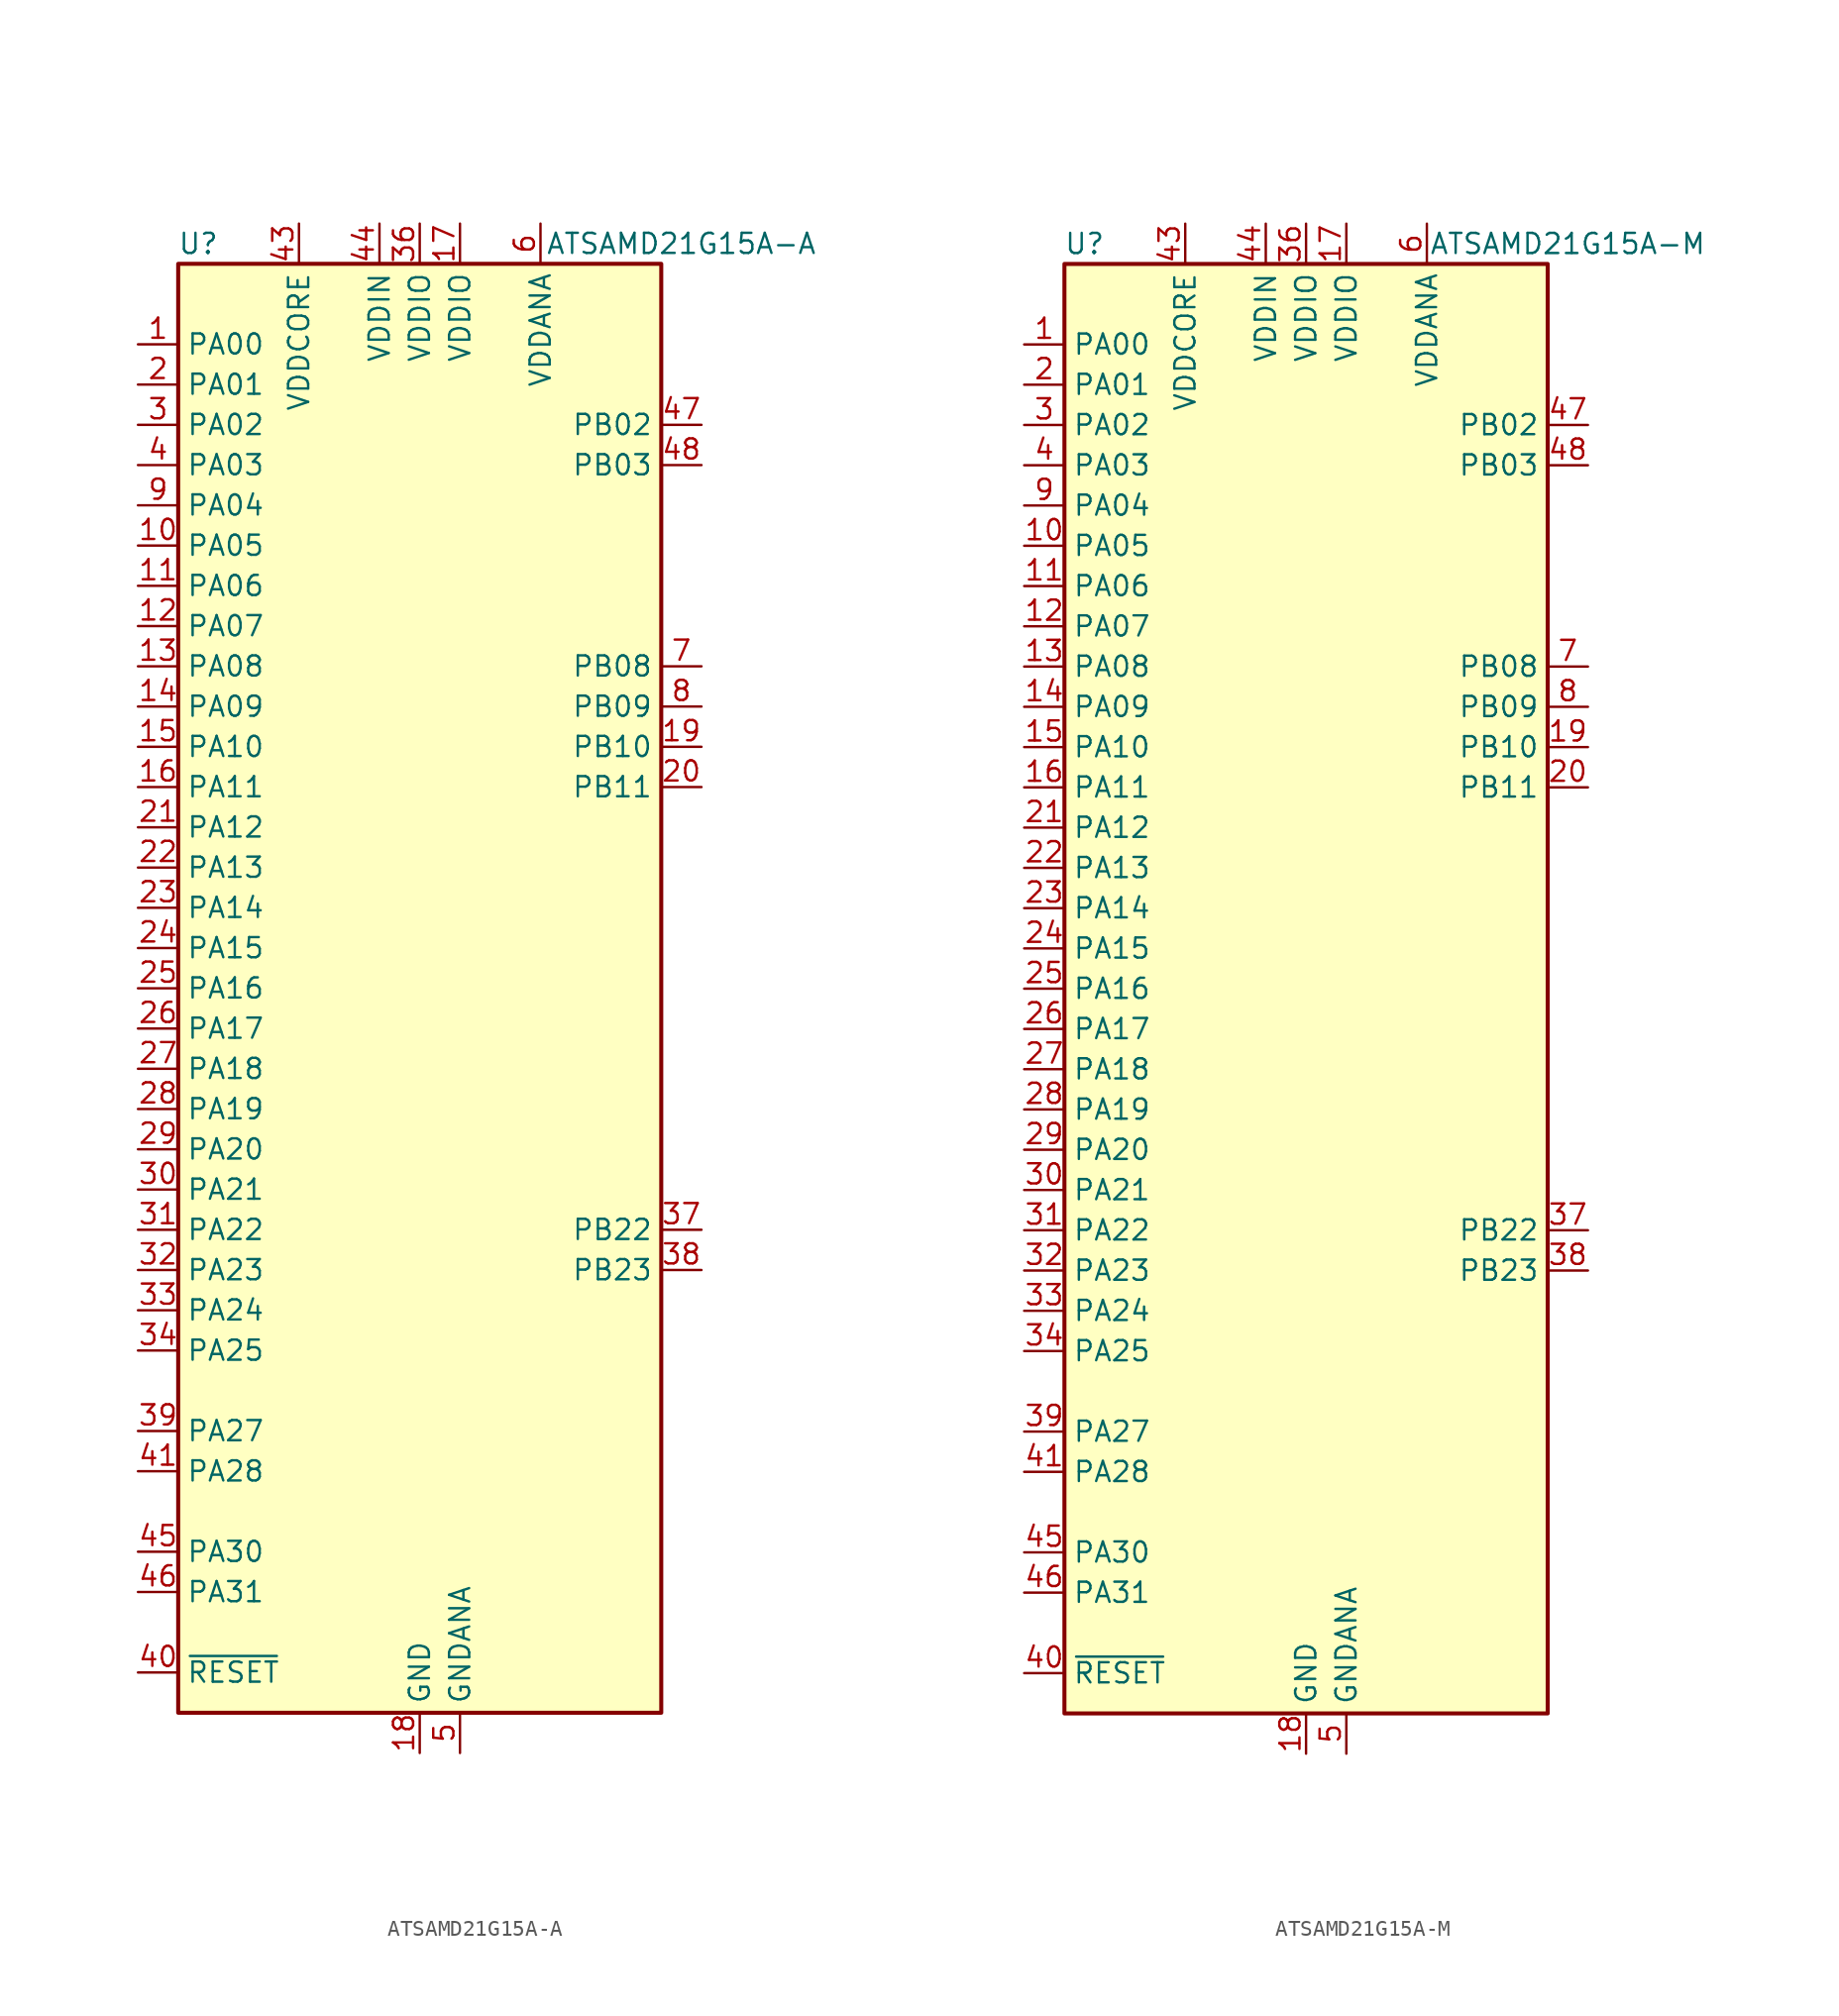
<source format=kicad_sym>
(kicad_symbol_lib
  (version 20211014)
  (generator kicad_symbol_editor)
  (symbol "ATSAMD21G15A-A"
    (property "Reference" "U"
      (at -13.97 46.99 0)
      (effects (font (size 1.27 1.27))))
    (property "Value" "ATSAMD21G15A-A"
      (at 16.51 46.99 0)
      (effects (font (size 1.27 1.27))))
    (symbol "ATSAMD21G15A-A_0_1"
      (rectangle (start -15.24 45.72) (end 15.24 -45.72) (stroke (width 0.254) (type default) (color 0 0 0 0)) (fill (type background))))
    (symbol "ATSAMD21G15A-A_1_1"
      (pin bidirectional line (at -17.78 40.64 0) (length 2.54) (name "PA00" (effects (font (size 1.27 1.27)))) (number "1" (effects (font (size 1.27 1.27)))))
      (pin bidirectional line (at -17.78 27.94 0) (length 2.54) (name "PA05" (effects (font (size 1.27 1.27)))) (number "10" (effects (font (size 1.27 1.27)))))
      (pin bidirectional line (at -17.78 25.4 0) (length 2.54) (name "PA06" (effects (font (size 1.27 1.27)))) (number "11" (effects (font (size 1.27 1.27)))))
      (pin bidirectional line (at -17.78 22.86 0) (length 2.54) (name "PA07" (effects (font (size 1.27 1.27)))) (number "12" (effects (font (size 1.27 1.27)))))
      (pin bidirectional line (at -17.78 20.32 0) (length 2.54) (name "PA08" (effects (font (size 1.27 1.27)))) (number "13" (effects (font (size 1.27 1.27)))))
      (pin bidirectional line (at -17.78 17.78 0) (length 2.54) (name "PA09" (effects (font (size 1.27 1.27)))) (number "14" (effects (font (size 1.27 1.27)))))
      (pin bidirectional line (at -17.78 15.24 0) (length 2.54) (name "PA10" (effects (font (size 1.27 1.27)))) (number "15" (effects (font (size 1.27 1.27)))))
      (pin bidirectional line (at -17.78 12.7 0) (length 2.54) (name "PA11" (effects (font (size 1.27 1.27)))) (number "16" (effects (font (size 1.27 1.27)))))
      (pin power_in line (at 2.54 48.26 270) (length 2.54) (name "VDDIO" (effects (font (size 1.27 1.27)))) (number "17" (effects (font (size 1.27 1.27)))))
      (pin power_in line (at 0 -48.26 90) (length 2.54) (name "GND" (effects (font (size 1.27 1.27)))) (number "18" (effects (font (size 1.27 1.27)))))
      (pin bidirectional line (at 17.78 15.24 180) (length 2.54) (name "PB10" (effects (font (size 1.27 1.27)))) (number "19" (effects (font (size 1.27 1.27)))))
      (pin bidirectional line (at -17.78 38.1 0) (length 2.54) (name "PA01" (effects (font (size 1.27 1.27)))) (number "2" (effects (font (size 1.27 1.27)))))
      (pin bidirectional line (at 17.78 12.7 180) (length 2.54) (name "PB11" (effects (font (size 1.27 1.27)))) (number "20" (effects (font (size 1.27 1.27)))))
      (pin bidirectional line (at -17.78 10.16 0) (length 2.54) (name "PA12" (effects (font (size 1.27 1.27)))) (number "21" (effects (font (size 1.27 1.27)))))
      (pin bidirectional line (at -17.78 7.62 0) (length 2.54) (name "PA13" (effects (font (size 1.27 1.27)))) (number "22" (effects (font (size 1.27 1.27)))))
      (pin bidirectional line (at -17.78 5.08 0) (length 2.54) (name "PA14" (effects (font (size 1.27 1.27)))) (number "23" (effects (font (size 1.27 1.27)))))
      (pin bidirectional line (at -17.78 2.54 0) (length 2.54) (name "PA15" (effects (font (size 1.27 1.27)))) (number "24" (effects (font (size 1.27 1.27)))))
      (pin bidirectional line (at -17.78 0 0) (length 2.54) (name "PA16" (effects (font (size 1.27 1.27)))) (number "25" (effects (font (size 1.27 1.27)))))
      (pin bidirectional line (at -17.78 -2.54 0) (length 2.54) (name "PA17" (effects (font (size 1.27 1.27)))) (number "26" (effects (font (size 1.27 1.27)))))
      (pin bidirectional line (at -17.78 -5.08 0) (length 2.54) (name "PA18" (effects (font (size 1.27 1.27)))) (number "27" (effects (font (size 1.27 1.27)))))
      (pin bidirectional line (at -17.78 -7.62 0) (length 2.54) (name "PA19" (effects (font (size 1.27 1.27)))) (number "28" (effects (font (size 1.27 1.27)))))
      (pin bidirectional line (at -17.78 -10.16 0) (length 2.54) (name "PA20" (effects (font (size 1.27 1.27)))) (number "29" (effects (font (size 1.27 1.27)))))
      (pin bidirectional line (at -17.78 35.56 0) (length 2.54) (name "PA02" (effects (font (size 1.27 1.27)))) (number "3" (effects (font (size 1.27 1.27)))))
      (pin bidirectional line (at -17.78 -12.7 0) (length 2.54) (name "PA21" (effects (font (size 1.27 1.27)))) (number "30" (effects (font (size 1.27 1.27)))))
      (pin bidirectional line (at -17.78 -15.24 0) (length 2.54) (name "PA22" (effects (font (size 1.27 1.27)))) (number "31" (effects (font (size 1.27 1.27)))))
      (pin bidirectional line (at -17.78 -17.78 0) (length 2.54) (name "PA23" (effects (font (size 1.27 1.27)))) (number "32" (effects (font (size 1.27 1.27)))))
      (pin bidirectional line (at -17.78 -20.32 0) (length 2.54) (name "PA24" (effects (font (size 1.27 1.27)))) (number "33" (effects (font (size 1.27 1.27)))))
      (pin bidirectional line (at -17.78 -22.86 0) (length 2.54) (name "PA25" (effects (font (size 1.27 1.27)))) (number "34" (effects (font (size 1.27 1.27)))))
      (pin passive line (at 0 -48.26 90) (length 2.54) hide (name "GND" (effects (font (size 1.27 1.27)))) (number "35" (effects (font (size 1.27 1.27)))))
      (pin power_in line (at 0 48.26 270) (length 2.54) (name "VDDIO" (effects (font (size 1.27 1.27)))) (number "36" (effects (font (size 1.27 1.27)))))
      (pin bidirectional line (at 17.78 -15.24 180) (length 2.54) (name "PB22" (effects (font (size 1.27 1.27)))) (number "37" (effects (font (size 1.27 1.27)))))
      (pin bidirectional line (at 17.78 -17.78 180) (length 2.54) (name "PB23" (effects (font (size 1.27 1.27)))) (number "38" (effects (font (size 1.27 1.27)))))
      (pin bidirectional line (at -17.78 -27.94 0) (length 2.54) (name "PA27" (effects (font (size 1.27 1.27)))) (number "39" (effects (font (size 1.27 1.27)))))
      (pin bidirectional line (at -17.78 33.02 0) (length 2.54) (name "PA03" (effects (font (size 1.27 1.27)))) (number "4" (effects (font (size 1.27 1.27)))))
      (pin input line (at -17.78 -43.18 0) (length 2.54) (name "~{RESET}" (effects (font (size 1.27 1.27)))) (number "40" (effects (font (size 1.27 1.27)))))
      (pin bidirectional line (at -17.78 -30.48 0) (length 2.54) (name "PA28" (effects (font (size 1.27 1.27)))) (number "41" (effects (font (size 1.27 1.27)))))
      (pin passive line (at 0 -48.26 90) (length 2.54) hide (name "GND" (effects (font (size 1.27 1.27)))) (number "42" (effects (font (size 1.27 1.27)))))
      (pin power_out line (at -7.62 48.26 270) (length 2.54) (name "VDDCORE" (effects (font (size 1.27 1.27)))) (number "43" (effects (font (size 1.27 1.27)))))
      (pin power_in line (at -2.54 48.26 270) (length 2.54) (name "VDDIN" (effects (font (size 1.27 1.27)))) (number "44" (effects (font (size 1.27 1.27)))))
      (pin bidirectional line (at -17.78 -35.56 0) (length 2.54) (name "PA30" (effects (font (size 1.27 1.27)))) (number "45" (effects (font (size 1.27 1.27)))))
      (pin bidirectional line (at -17.78 -38.1 0) (length 2.54) (name "PA31" (effects (font (size 1.27 1.27)))) (number "46" (effects (font (size 1.27 1.27)))))
      (pin bidirectional line (at 17.78 35.56 180) (length 2.54) (name "PB02" (effects (font (size 1.27 1.27)))) (number "47" (effects (font (size 1.27 1.27)))))
      (pin bidirectional line (at 17.78 33.02 180) (length 2.54) (name "PB03" (effects (font (size 1.27 1.27)))) (number "48" (effects (font (size 1.27 1.27)))))
      (pin power_in line (at 2.54 -48.26 90) (length 2.54) (name "GNDANA" (effects (font (size 1.27 1.27)))) (number "5" (effects (font (size 1.27 1.27)))))
      (pin power_in line (at 7.62 48.26 270) (length 2.54) (name "VDDANA" (effects (font (size 1.27 1.27)))) (number "6" (effects (font (size 1.27 1.27)))))
      (pin bidirectional line (at 17.78 20.32 180) (length 2.54) (name "PB08" (effects (font (size 1.27 1.27)))) (number "7" (effects (font (size 1.27 1.27)))))
      (pin bidirectional line (at 17.78 17.78 180) (length 2.54) (name "PB09" (effects (font (size 1.27 1.27)))) (number "8" (effects (font (size 1.27 1.27)))))
      (pin bidirectional line (at -17.78 30.48 0) (length 2.54) (name "PA04" (effects (font (size 1.27 1.27)))) (number "9" (effects (font (size 1.27 1.27)))))))
  (symbol "ATSAMD21G15A-M"
    (property "Reference" "U"
      (at -13.97 46.99 0)
      (effects (font (size 1.27 1.27))))
    (property "Value" "ATSAMD21G15A-M"
      (at 16.51 46.99 0)
      (effects (font (size 1.27 1.27))))
    (symbol "ATSAMD21G15A-M_0_1"
      (rectangle (start -15.24 45.72) (end 15.24 -45.72) (stroke (width 0.254) (type default) (color 0 0 0 0)) (fill (type background))))
    (symbol "ATSAMD21G15A-M_1_1"
      (pin bidirectional line (at -17.78 40.64 0) (length 2.54) (name "PA00" (effects (font (size 1.27 1.27)))) (number "1" (effects (font (size 1.27 1.27)))))
      (pin bidirectional line (at -17.78 27.94 0) (length 2.54) (name "PA05" (effects (font (size 1.27 1.27)))) (number "10" (effects (font (size 1.27 1.27)))))
      (pin bidirectional line (at -17.78 25.4 0) (length 2.54) (name "PA06" (effects (font (size 1.27 1.27)))) (number "11" (effects (font (size 1.27 1.27)))))
      (pin bidirectional line (at -17.78 22.86 0) (length 2.54) (name "PA07" (effects (font (size 1.27 1.27)))) (number "12" (effects (font (size 1.27 1.27)))))
      (pin bidirectional line (at -17.78 20.32 0) (length 2.54) (name "PA08" (effects (font (size 1.27 1.27)))) (number "13" (effects (font (size 1.27 1.27)))))
      (pin bidirectional line (at -17.78 17.78 0) (length 2.54) (name "PA09" (effects (font (size 1.27 1.27)))) (number "14" (effects (font (size 1.27 1.27)))))
      (pin bidirectional line (at -17.78 15.24 0) (length 2.54) (name "PA10" (effects (font (size 1.27 1.27)))) (number "15" (effects (font (size 1.27 1.27)))))
      (pin bidirectional line (at -17.78 12.7 0) (length 2.54) (name "PA11" (effects (font (size 1.27 1.27)))) (number "16" (effects (font (size 1.27 1.27)))))
      (pin power_in line (at 2.54 48.26 270) (length 2.54) (name "VDDIO" (effects (font (size 1.27 1.27)))) (number "17" (effects (font (size 1.27 1.27)))))
      (pin power_in line (at 0 -48.26 90) (length 2.54) (name "GND" (effects (font (size 1.27 1.27)))) (number "18" (effects (font (size 1.27 1.27)))))
      (pin bidirectional line (at 17.78 15.24 180) (length 2.54) (name "PB10" (effects (font (size 1.27 1.27)))) (number "19" (effects (font (size 1.27 1.27)))))
      (pin bidirectional line (at -17.78 38.1 0) (length 2.54) (name "PA01" (effects (font (size 1.27 1.27)))) (number "2" (effects (font (size 1.27 1.27)))))
      (pin bidirectional line (at 17.78 12.7 180) (length 2.54) (name "PB11" (effects (font (size 1.27 1.27)))) (number "20" (effects (font (size 1.27 1.27)))))
      (pin bidirectional line (at -17.78 10.16 0) (length 2.54) (name "PA12" (effects (font (size 1.27 1.27)))) (number "21" (effects (font (size 1.27 1.27)))))
      (pin bidirectional line (at -17.78 7.62 0) (length 2.54) (name "PA13" (effects (font (size 1.27 1.27)))) (number "22" (effects (font (size 1.27 1.27)))))
      (pin bidirectional line (at -17.78 5.08 0) (length 2.54) (name "PA14" (effects (font (size 1.27 1.27)))) (number "23" (effects (font (size 1.27 1.27)))))
      (pin bidirectional line (at -17.78 2.54 0) (length 2.54) (name "PA15" (effects (font (size 1.27 1.27)))) (number "24" (effects (font (size 1.27 1.27)))))
      (pin bidirectional line (at -17.78 0 0) (length 2.54) (name "PA16" (effects (font (size 1.27 1.27)))) (number "25" (effects (font (size 1.27 1.27)))))
      (pin bidirectional line (at -17.78 -2.54 0) (length 2.54) (name "PA17" (effects (font (size 1.27 1.27)))) (number "26" (effects (font (size 1.27 1.27)))))
      (pin bidirectional line (at -17.78 -5.08 0) (length 2.54) (name "PA18" (effects (font (size 1.27 1.27)))) (number "27" (effects (font (size 1.27 1.27)))))
      (pin bidirectional line (at -17.78 -7.62 0) (length 2.54) (name "PA19" (effects (font (size 1.27 1.27)))) (number "28" (effects (font (size 1.27 1.27)))))
      (pin bidirectional line (at -17.78 -10.16 0) (length 2.54) (name "PA20" (effects (font (size 1.27 1.27)))) (number "29" (effects (font (size 1.27 1.27)))))
      (pin bidirectional line (at -17.78 35.56 0) (length 2.54) (name "PA02" (effects (font (size 1.27 1.27)))) (number "3" (effects (font (size 1.27 1.27)))))
      (pin bidirectional line (at -17.78 -12.7 0) (length 2.54) (name "PA21" (effects (font (size 1.27 1.27)))) (number "30" (effects (font (size 1.27 1.27)))))
      (pin bidirectional line (at -17.78 -15.24 0) (length 2.54) (name "PA22" (effects (font (size 1.27 1.27)))) (number "31" (effects (font (size 1.27 1.27)))))
      (pin bidirectional line (at -17.78 -17.78 0) (length 2.54) (name "PA23" (effects (font (size 1.27 1.27)))) (number "32" (effects (font (size 1.27 1.27)))))
      (pin bidirectional line (at -17.78 -20.32 0) (length 2.54) (name "PA24" (effects (font (size 1.27 1.27)))) (number "33" (effects (font (size 1.27 1.27)))))
      (pin bidirectional line (at -17.78 -22.86 0) (length 2.54) (name "PA25" (effects (font (size 1.27 1.27)))) (number "34" (effects (font (size 1.27 1.27)))))
      (pin passive line (at 0 -48.26 90) (length 2.54) hide (name "GND" (effects (font (size 1.27 1.27)))) (number "35" (effects (font (size 1.27 1.27)))))
      (pin power_in line (at 0 48.26 270) (length 2.54) (name "VDDIO" (effects (font (size 1.27 1.27)))) (number "36" (effects (font (size 1.27 1.27)))))
      (pin bidirectional line (at 17.78 -15.24 180) (length 2.54) (name "PB22" (effects (font (size 1.27 1.27)))) (number "37" (effects (font (size 1.27 1.27)))))
      (pin bidirectional line (at 17.78 -17.78 180) (length 2.54) (name "PB23" (effects (font (size 1.27 1.27)))) (number "38" (effects (font (size 1.27 1.27)))))
      (pin bidirectional line (at -17.78 -27.94 0) (length 2.54) (name "PA27" (effects (font (size 1.27 1.27)))) (number "39" (effects (font (size 1.27 1.27)))))
      (pin bidirectional line (at -17.78 33.02 0) (length 2.54) (name "PA03" (effects (font (size 1.27 1.27)))) (number "4" (effects (font (size 1.27 1.27)))))
      (pin input line (at -17.78 -43.18 0) (length 2.54) (name "~{RESET}" (effects (font (size 1.27 1.27)))) (number "40" (effects (font (size 1.27 1.27)))))
      (pin bidirectional line (at -17.78 -30.48 0) (length 2.54) (name "PA28" (effects (font (size 1.27 1.27)))) (number "41" (effects (font (size 1.27 1.27)))))
      (pin passive line (at 0 -48.26 90) (length 2.54) hide (name "GND" (effects (font (size 1.27 1.27)))) (number "42" (effects (font (size 1.27 1.27)))))
      (pin power_out line (at -7.62 48.26 270) (length 2.54) (name "VDDCORE" (effects (font (size 1.27 1.27)))) (number "43" (effects (font (size 1.27 1.27)))))
      (pin power_in line (at -2.54 48.26 270) (length 2.54) (name "VDDIN" (effects (font (size 1.27 1.27)))) (number "44" (effects (font (size 1.27 1.27)))))
      (pin bidirectional line (at -17.78 -35.56 0) (length 2.54) (name "PA30" (effects (font (size 1.27 1.27)))) (number "45" (effects (font (size 1.27 1.27)))))
      (pin bidirectional line (at -17.78 -38.1 0) (length 2.54) (name "PA31" (effects (font (size 1.27 1.27)))) (number "46" (effects (font (size 1.27 1.27)))))
      (pin bidirectional line (at 17.78 35.56 180) (length 2.54) (name "PB02" (effects (font (size 1.27 1.27)))) (number "47" (effects (font (size 1.27 1.27)))))
      (pin bidirectional line (at 17.78 33.02 180) (length 2.54) (name "PB03" (effects (font (size 1.27 1.27)))) (number "48" (effects (font (size 1.27 1.27)))))
      (pin no_connect line (at 15.24 -43.18 180) (length 2.54) hide (name "EP" (effects (font (size 1.27 1.27)))) (number "49" (effects (font (size 1.27 1.27)))))
      (pin power_in line (at 2.54 -48.26 90) (length 2.54) (name "GNDANA" (effects (font (size 1.27 1.27)))) (number "5" (effects (font (size 1.27 1.27)))))
      (pin power_in line (at 7.62 48.26 270) (length 2.54) (name "VDDANA" (effects (font (size 1.27 1.27)))) (number "6" (effects (font (size 1.27 1.27)))))
      (pin bidirectional line (at 17.78 20.32 180) (length 2.54) (name "PB08" (effects (font (size 1.27 1.27)))) (number "7" (effects (font (size 1.27 1.27)))))
      (pin bidirectional line (at 17.78 17.78 180) (length 2.54) (name "PB09" (effects (font (size 1.27 1.27)))) (number "8" (effects (font (size 1.27 1.27)))))
      (pin bidirectional line (at -17.78 30.48 0) (length 2.54) (name "PA04" (effects (font (size 1.27 1.27)))) (number "9" (effects (font (size 1.27 1.27))))))))
</source>
